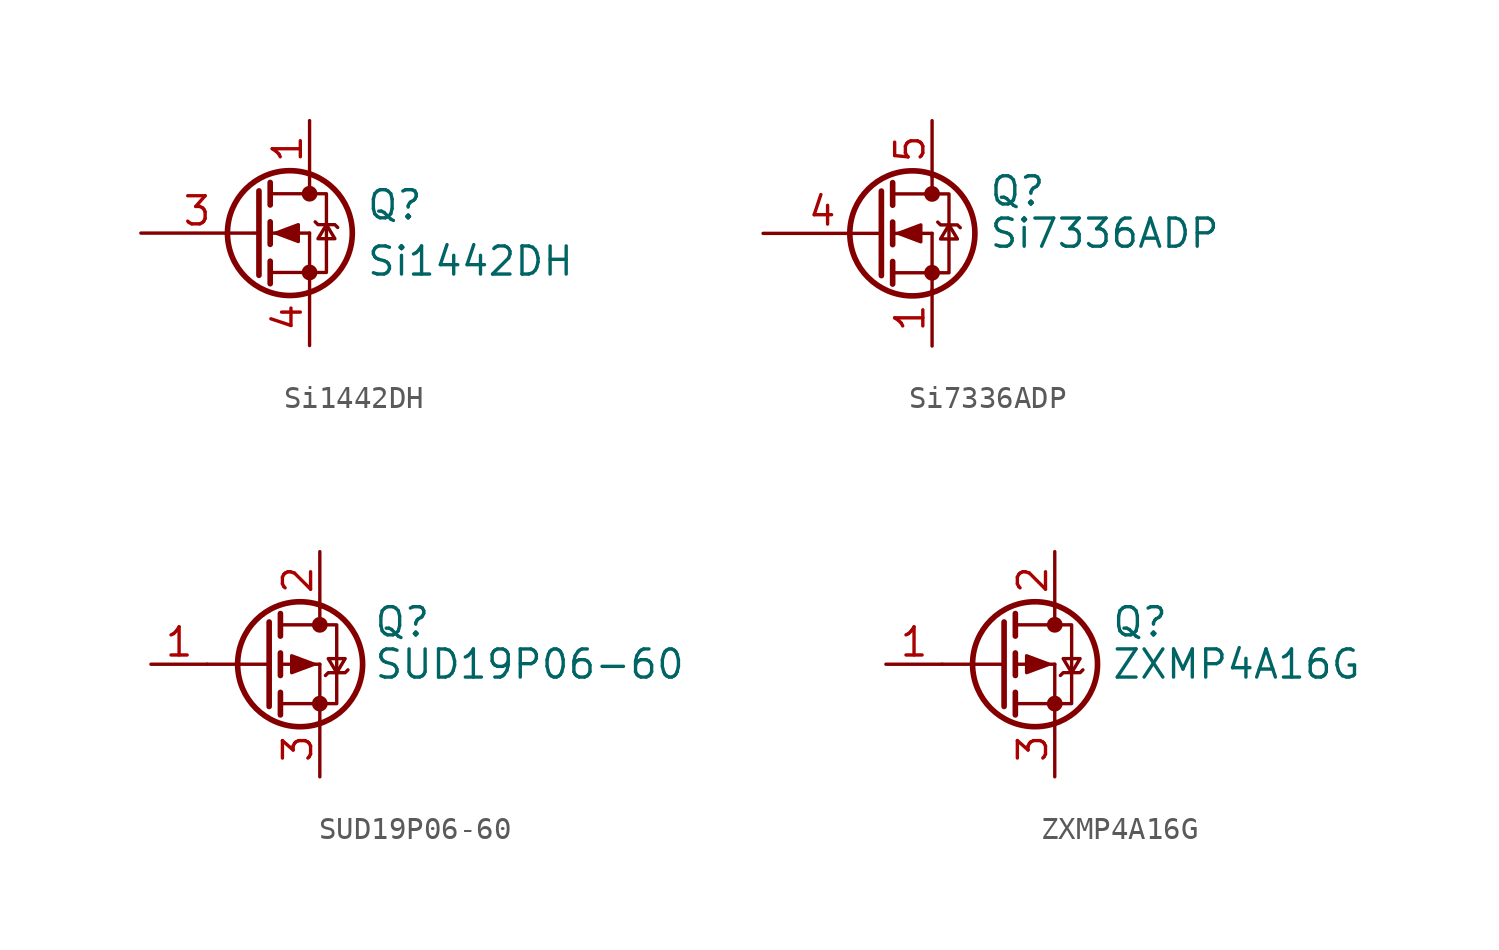
<source format=kicad_sym>
(kicad_symbol_lib
  (version 20201005)
  (generator kicad_symbol_editor)
  (symbol "Si1442DH"
    (pin_names
      (offset 0) hide)
    (property "Reference" "Q"
      (at 5.08 1.27 0)
      (effects (font (size 1.27 1.27)) (justify left)))
    (property "Value" "Si1442DH"
      (at 5.08 -1.27 0)
      (effects (font (size 1.27 1.27)) (justify left)))
    (symbol "Si1442DH_0_1"
      (circle (center 1.651 0) (radius 2.819) (stroke (width 0.254)) (fill (type none)))
      (circle (center 2.54 -1.778) (radius 0.279) (stroke (width 0)) (fill (type outline)))
      (circle (center 2.54 1.778) (radius 0.279) (stroke (width 0)) (fill (type outline)))
      (polyline (pts (xy 0.051 0) (xy 0.254 0)) (stroke (width 0)) (fill (type none)))
      (polyline (pts (xy 0.762 -1.778) (xy 2.54 -1.778)) (stroke (width 0)) (fill (type none)))
      (polyline (pts (xy 0.762 -1.27) (xy 0.762 -2.286)) (stroke (width 0.254)) (fill (type none)))
      (polyline (pts (xy 0.762 0) (xy 2.54 0)) (stroke (width 0)) (fill (type none)))
      (polyline (pts (xy 0.762 0.508) (xy 0.762 -0.508)) (stroke (width 0.254)) (fill (type none)))
      (polyline (pts (xy 0.762 1.778) (xy 2.54 1.778)) (stroke (width 0)) (fill (type none)))
      (polyline (pts (xy 0.762 2.286) (xy 0.762 1.27)) (stroke (width 0.254)) (fill (type none)))
      (polyline (pts (xy 2.54 -1.778) (xy 2.54 -2.54)) (stroke (width 0)) (fill (type none)))
      (polyline (pts (xy 2.54 -1.778) (xy 2.54 0)) (stroke (width 0)) (fill (type none)))
      (polyline (pts (xy 2.54 2.54) (xy 2.54 1.778)) (stroke (width 0)) (fill (type none)))
      (polyline (pts (xy 0.254 1.905) (xy 0.254 -1.905) (xy 0.254 -1.905)) (stroke (width 0.254)) (fill (type none)))
      (polyline (pts (xy 1.016 0) (xy 2.032 0.381) (xy 2.032 -0.381) (xy 1.016 0)) (stroke (width 0)) (fill (type outline)))
      (polyline (pts (xy 2.54 -1.778) (xy 3.302 -1.778) (xy 3.302 1.778) (xy 2.54 1.778)) (stroke (width 0)) (fill (type none)))
      (polyline (pts (xy 2.794 0.508) (xy 2.921 0.381) (xy 3.683 0.381) (xy 3.81 0.254)) (stroke (width 0)) (fill (type none)))
      (polyline (pts (xy 3.302 0.381) (xy 2.921 -0.254) (xy 3.683 -0.254) (xy 3.302 0.381)) (stroke (width 0)) (fill (type none))))
    (symbol "Si1442DH_1_1"
      (pin passive line (at 2.54 5.08 270) (length 2.54) (name "D" (effects (font (size 1.27 1.27)))) (number "1" (effects (font (size 1.27 1.27)))))
      (pin passive line (at 2.54 5.08 270) (length 2.54) hide (name "D" (effects (font (size 1.27 1.27)))) (number "2" (effects (font (size 1.27 1.27)))))
      (pin input line (at -5.08 0 0) (length 5.08) (name "G" (effects (font (size 1.27 1.27)))) (number "3" (effects (font (size 1.27 1.27)))))
      (pin passive line (at 2.54 -5.08 90) (length 2.54) (name "S" (effects (font (size 1.27 1.27)))) (number "4" (effects (font (size 1.27 1.27)))))
      (pin passive line (at 2.54 5.08 270) (length 2.54) hide (name "D" (effects (font (size 1.27 1.27)))) (number "5" (effects (font (size 1.27 1.27)))))
      (pin passive line (at 2.54 5.08 270) (length 2.54) hide (name "D" (effects (font (size 1.27 1.27)))) (number "6" (effects (font (size 1.27 1.27)))))))
  (symbol "Si7336ADP"
    (pin_names
      (offset 0) hide)
    (property "Reference" "Q"
      (at 5.08 1.905 0)
      (effects (font (size 1.27 1.27)) (justify left)))
    (property "Value" "Si7336ADP"
      (at 5.08 0 0)
      (effects (font (size 1.27 1.27)) (justify left)))
    (symbol "Si7336ADP_0_1"
      (circle (center 1.651 0) (radius 2.819) (stroke (width 0.254)) (fill (type none)))
      (circle (center 2.54 -1.778) (radius 0.279) (stroke (width 0)) (fill (type outline)))
      (circle (center 2.54 1.778) (radius 0.279) (stroke (width 0)) (fill (type outline)))
      (polyline (pts (xy 0.762 -1.778) (xy 2.54 -1.778)) (stroke (width 0)) (fill (type none)))
      (polyline (pts (xy 0.762 -1.27) (xy 0.762 -2.286)) (stroke (width 0.254)) (fill (type none)))
      (polyline (pts (xy 0.762 0) (xy 2.54 0)) (stroke (width 0)) (fill (type none)))
      (polyline (pts (xy 0.762 0.508) (xy 0.762 -0.508)) (stroke (width 0.254)) (fill (type none)))
      (polyline (pts (xy 0.762 1.778) (xy 2.54 1.778)) (stroke (width 0)) (fill (type none)))
      (polyline (pts (xy 0.762 2.286) (xy 0.762 1.27)) (stroke (width 0.254)) (fill (type none)))
      (polyline (pts (xy 2.54 -1.778) (xy 2.54 -2.54)) (stroke (width 0)) (fill (type none)))
      (polyline (pts (xy 2.54 -1.778) (xy 2.54 0)) (stroke (width 0)) (fill (type none)))
      (polyline (pts (xy 2.54 2.54) (xy 2.54 1.778)) (stroke (width 0)) (fill (type none)))
      (polyline (pts (xy 0.254 1.905) (xy 0.254 -1.905) (xy 0.254 -1.905)) (stroke (width 0.254)) (fill (type none)))
      (polyline (pts (xy 1.016 0) (xy 2.032 0.381) (xy 2.032 -0.381) (xy 1.016 0)) (stroke (width 0)) (fill (type outline)))
      (polyline (pts (xy 2.54 -1.778) (xy 3.302 -1.778) (xy 3.302 1.778) (xy 2.54 1.778)) (stroke (width 0)) (fill (type none)))
      (polyline (pts (xy 2.794 0.508) (xy 2.921 0.381) (xy 3.683 0.381) (xy 3.81 0.254)) (stroke (width 0)) (fill (type none)))
      (polyline (pts (xy 3.302 0.381) (xy 2.921 -0.254) (xy 3.683 -0.254) (xy 3.302 0.381)) (stroke (width 0)) (fill (type none))))
    (symbol "Si7336ADP_1_1"
      (pin passive line (at 2.54 -5.08 90) (length 2.54) (name "S" (effects (font (size 1.27 1.27)))) (number "1" (effects (font (size 1.27 1.27)))))
      (pin passive line (at 2.54 -5.08 90) (length 2.54) hide (name "S" (effects (font (size 1.27 1.27)))) (number "2" (effects (font (size 1.27 1.27)))))
      (pin passive line (at 2.54 -5.08 90) (length 2.54) hide (name "S" (effects (font (size 1.27 1.27)))) (number "3" (effects (font (size 1.27 1.27)))))
      (pin input line (at -5.08 0 0) (length 5.334) (name "G" (effects (font (size 1.27 1.27)))) (number "4" (effects (font (size 1.27 1.27)))))
      (pin passive line (at 2.54 5.08 270) (length 2.54) (name "D" (effects (font (size 1.27 1.27)))) (number "5" (effects (font (size 1.27 1.27)))))))
  (symbol "SUD19P06-60"
    (pin_names hide)
    (property "Reference" "Q"
      (at 4.953 1.905 0)
      (effects (font (size 1.27 1.27)) (justify left)))
    (property "Value" "SUD19P06-60"
      (at 4.953 0 0)
      (effects (font (size 1.27 1.27)) (justify left)))
    (symbol "SUD19P06-60_0_1"
      (circle (center 1.651 0) (radius 2.819) (stroke (width 0.254)) (fill (type none)))
      (circle (center 2.54 -1.778) (radius 0.279) (stroke (width 0)) (fill (type outline)))
      (circle (center 2.54 1.778) (radius 0.279) (stroke (width 0)) (fill (type outline)))
      (polyline (pts (xy -2.54 0) (xy 0.254 0)) (stroke (width 0)) (fill (type none)))
      (polyline (pts (xy 0.762 -1.778) (xy 2.54 -1.778)) (stroke (width 0)) (fill (type none)))
      (polyline (pts (xy 0.762 -1.27) (xy 0.762 -2.286)) (stroke (width 0.254)) (fill (type none)))
      (polyline (pts (xy 0.762 0) (xy 2.54 0)) (stroke (width 0)) (fill (type none)))
      (polyline (pts (xy 0.762 0.508) (xy 0.762 -0.508)) (stroke (width 0.254)) (fill (type none)))
      (polyline (pts (xy 0.762 1.778) (xy 2.54 1.778)) (stroke (width 0)) (fill (type none)))
      (polyline (pts (xy 0.762 2.286) (xy 0.762 1.27)) (stroke (width 0.254)) (fill (type none)))
      (polyline (pts (xy 2.54 -1.778) (xy 2.54 -2.54)) (stroke (width 0)) (fill (type none)))
      (polyline (pts (xy 2.54 -1.778) (xy 2.54 0)) (stroke (width 0)) (fill (type none)))
      (polyline (pts (xy 2.54 2.54) (xy 2.54 1.778)) (stroke (width 0)) (fill (type none)))
      (polyline (pts (xy 0.254 1.905) (xy 0.254 -1.905) (xy 0.254 -1.905)) (stroke (width 0.254)) (fill (type none)))
      (polyline (pts (xy 2.286 0) (xy 1.27 -0.381) (xy 1.27 0.381) (xy 2.286 0)) (stroke (width 0)) (fill (type outline)))
      (polyline (pts (xy 2.54 -1.778) (xy 3.302 -1.778) (xy 3.302 1.778) (xy 2.54 1.778)) (stroke (width 0)) (fill (type none)))
      (polyline (pts (xy 2.794 -0.508) (xy 2.921 -0.381) (xy 3.683 -0.381) (xy 3.81 -0.254)) (stroke (width 0)) (fill (type none)))
      (polyline (pts (xy 3.302 -0.381) (xy 2.921 0.254) (xy 3.683 0.254) (xy 3.302 -0.381)) (stroke (width 0)) (fill (type none))))
    (symbol "SUD19P06-60_1_1"
      (pin input line (at -5.08 0 0) (length 2.54) (name "G" (effects (font (size 1.27 1.27)))) (number "1" (effects (font (size 1.27 1.27)))))
      (pin passive line (at 2.54 5.08 270) (length 2.54) (name "D" (effects (font (size 1.27 1.27)))) (number "2" (effects (font (size 1.27 1.27)))))
      (pin passive line (at 2.54 -5.08 90) (length 2.54) (name "S" (effects (font (size 1.27 1.27)))) (number "3" (effects (font (size 1.27 1.27)))))))
  (symbol "ZXMP4A16G"
    (pin_names
      (offset 0) hide)
    (property "Reference" "Q"
      (at 5.08 1.905 0)
      (effects (font (size 1.27 1.27)) (justify left)))
    (property "Value" "ZXMP4A16G"
      (at 5.08 0 0)
      (effects (font (size 1.27 1.27)) (justify left)))
    (symbol "ZXMP4A16G_0_1"
      (circle (center 1.651 0) (radius 2.819) (stroke (width 0.254)) (fill (type none)))
      (circle (center 2.54 -1.778) (radius 0.279) (stroke (width 0)) (fill (type outline)))
      (circle (center 2.54 1.778) (radius 0.279) (stroke (width 0)) (fill (type outline)))
      (polyline (pts (xy -2.54 0) (xy 0.254 0)) (stroke (width 0)) (fill (type none)))
      (polyline (pts (xy 0.762 -1.778) (xy 2.54 -1.778)) (stroke (width 0)) (fill (type none)))
      (polyline (pts (xy 0.762 -1.27) (xy 0.762 -2.286)) (stroke (width 0.254)) (fill (type none)))
      (polyline (pts (xy 0.762 0) (xy 2.54 0)) (stroke (width 0)) (fill (type none)))
      (polyline (pts (xy 0.762 0.508) (xy 0.762 -0.508)) (stroke (width 0.254)) (fill (type none)))
      (polyline (pts (xy 0.762 1.778) (xy 2.54 1.778)) (stroke (width 0)) (fill (type none)))
      (polyline (pts (xy 0.762 2.286) (xy 0.762 1.27)) (stroke (width 0.254)) (fill (type none)))
      (polyline (pts (xy 2.54 -1.778) (xy 2.54 -2.54)) (stroke (width 0)) (fill (type none)))
      (polyline (pts (xy 2.54 -1.778) (xy 2.54 0)) (stroke (width 0)) (fill (type none)))
      (polyline (pts (xy 2.54 2.54) (xy 2.54 1.778)) (stroke (width 0)) (fill (type none)))
      (polyline (pts (xy 0.254 1.905) (xy 0.254 -1.905) (xy 0.254 -1.905)) (stroke (width 0.254)) (fill (type none)))
      (polyline (pts (xy 2.286 0) (xy 1.27 -0.381) (xy 1.27 0.381) (xy 2.286 0)) (stroke (width 0)) (fill (type outline)))
      (polyline (pts (xy 2.54 -1.778) (xy 3.302 -1.778) (xy 3.302 1.778) (xy 2.54 1.778)) (stroke (width 0)) (fill (type none)))
      (polyline (pts (xy 2.794 -0.508) (xy 2.921 -0.381) (xy 3.683 -0.381) (xy 3.81 -0.254)) (stroke (width 0)) (fill (type none)))
      (polyline (pts (xy 3.302 -0.381) (xy 2.921 0.254) (xy 3.683 0.254) (xy 3.302 -0.381)) (stroke (width 0)) (fill (type none))))
    (symbol "ZXMP4A16G_1_1"
      (pin input line (at -5.08 0 0) (length 2.54) (name "G" (effects (font (size 1.27 1.27)))) (number "1" (effects (font (size 1.27 1.27)))))
      (pin passive line (at 2.54 5.08 270) (length 2.54) (name "D" (effects (font (size 1.27 1.27)))) (number "2" (effects (font (size 1.27 1.27)))))
      (pin passive line (at 2.54 -5.08 90) (length 2.54) (name "S" (effects (font (size 1.27 1.27)))) (number "3" (effects (font (size 1.27 1.27))))))))
</source>
